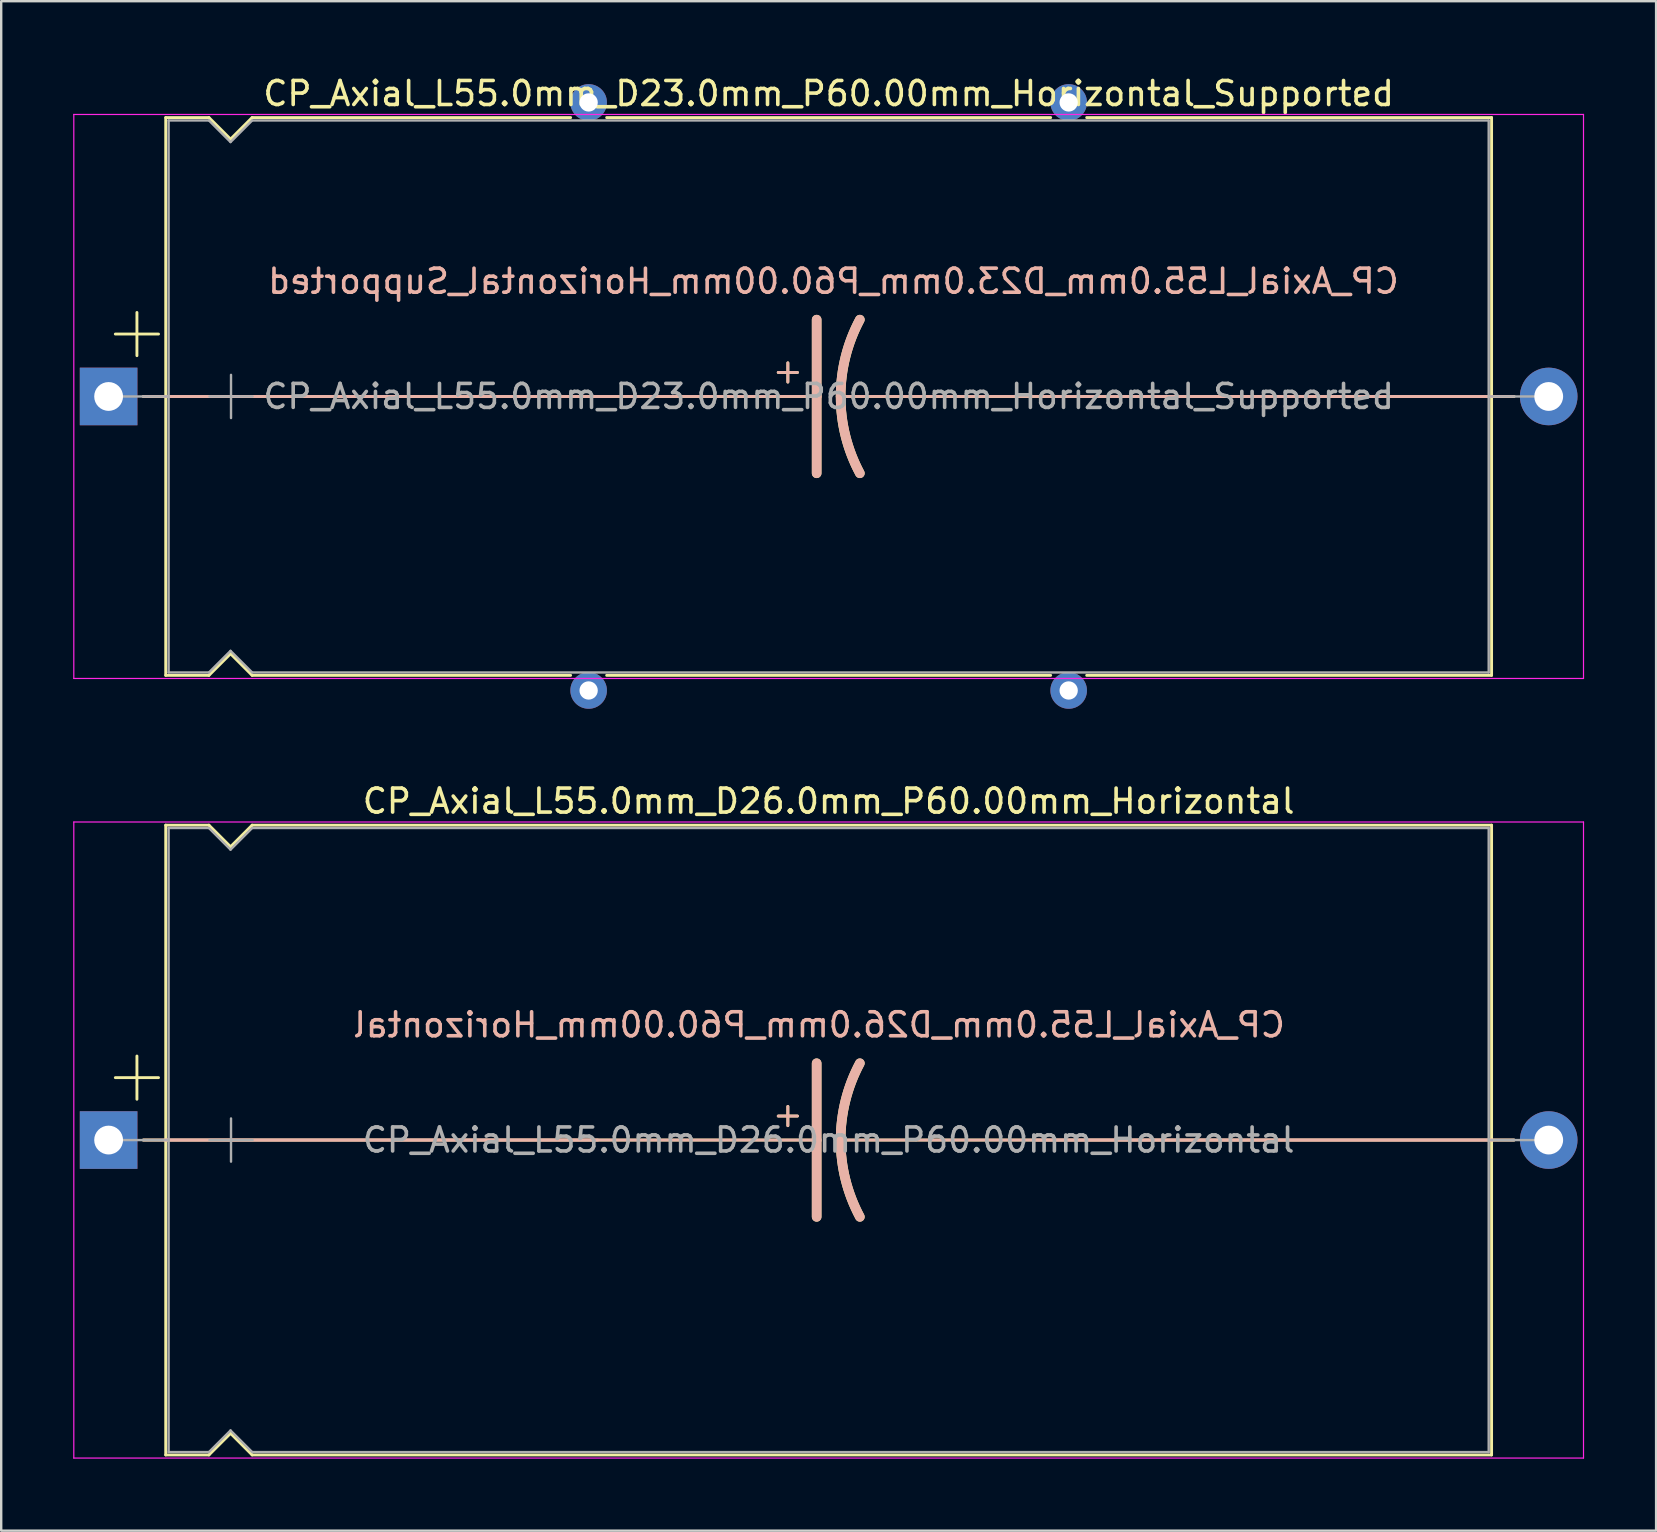
<source format=kicad_pcb>
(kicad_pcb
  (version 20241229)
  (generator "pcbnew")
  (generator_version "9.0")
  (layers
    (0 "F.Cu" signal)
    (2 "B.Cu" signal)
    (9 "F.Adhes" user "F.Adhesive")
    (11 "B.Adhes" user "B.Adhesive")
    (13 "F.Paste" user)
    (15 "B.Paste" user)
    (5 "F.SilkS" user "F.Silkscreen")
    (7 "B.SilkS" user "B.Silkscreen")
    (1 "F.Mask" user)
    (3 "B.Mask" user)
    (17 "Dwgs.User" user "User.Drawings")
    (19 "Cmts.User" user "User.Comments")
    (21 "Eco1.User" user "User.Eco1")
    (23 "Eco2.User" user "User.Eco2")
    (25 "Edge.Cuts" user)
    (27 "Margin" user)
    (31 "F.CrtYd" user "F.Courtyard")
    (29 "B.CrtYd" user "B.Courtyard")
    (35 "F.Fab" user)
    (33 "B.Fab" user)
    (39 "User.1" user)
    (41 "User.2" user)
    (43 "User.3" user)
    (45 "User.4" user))
  (footprint "CP_Axial_L55.0mm_D23.0mm_P60.00mm_Horizontal_Supported"
    (layer "F.Cu")
    (at 1.475 13.468)
    (property "Reference" "CP_Axial_L55.0mm_D23.0mm_P60.00mm_Horizontal_Supported" (at 30 -12.62 0) (layer "F.SilkS") (effects (font (size 1 1) (thickness 0.15))))
    (fp_line (start 0.28 -2.6) (end 2.08 -2.6) (stroke (width 0.12) (type solid)) (layer "F.SilkS"))
    (fp_line (start 1.18 -3.5) (end 1.18 -1.7) (stroke (width 0.12) (type solid)) (layer "F.SilkS"))
    (fp_line (start 1.44 0) (end 2.38 0) (stroke (width 0.12) (type solid)) (layer "F.SilkS"))
    (fp_line (start 2.38 -11.62) (end 2.38 11.62) (stroke (width 0.12) (type solid)) (layer "F.SilkS"))
    (fp_line (start 2.38 -11.62) (end 4.18 -11.62) (stroke (width 0.12) (type solid)) (layer "F.SilkS"))
    (fp_line (start 2.38 0) (end 29.5 0) (stroke (width 0.12) (type solid)) (layer "F.SilkS"))
    (fp_line (start 2.38 11.62) (end 4.18 11.62) (stroke (width 0.12) (type solid)) (layer "F.SilkS"))
    (fp_line (start 4.18 -11.62) (end 5.08 -10.72) (stroke (width 0.12) (type solid)) (layer "F.SilkS"))
    (fp_line (start 4.18 11.62) (end 5.08 10.72) (stroke (width 0.12) (type solid)) (layer "F.SilkS"))
    (fp_line (start 5.08 -10.72) (end 5.98 -11.62) (stroke (width 0.12) (type solid)) (layer "F.SilkS"))
    (fp_line (start 5.08 10.72) (end 5.98 11.62) (stroke (width 0.12) (type solid)) (layer "F.SilkS"))
    (fp_line (start 5.98 -11.62) (end 19.25 -11.62) (stroke (width 0.12) (type solid)) (layer "F.SilkS"))
    (fp_line (start 5.98 11.62) (end 19.25 11.62) (stroke (width 0.12) (type solid)) (layer "F.SilkS"))
    (fp_line (start 20.75 -11.62) (end 39.25 -11.62) (stroke (width 0.12) (type solid)) (layer "F.SilkS"))
    (fp_line (start 20.75 11.62) (end 39.25 11.62) (stroke (width 0.12) (type solid)) (layer "F.SilkS"))
    (fp_line (start 27.9 -1) (end 28.7 -1) (stroke (width 0.12) (type solid)) (layer "F.SilkS"))
    (fp_line (start 28.3 -1.4) (end 28.3 -0.6) (stroke (width 0.12) (type solid)) (layer "F.SilkS"))
    (fp_line (start 29.5 0) (end 29.5 -3.2) (stroke (width 0.4) (type solid)) (layer "F.SilkS"))
    (fp_line (start 29.5 0) (end 29.5 3.2) (stroke (width 0.4) (type solid)) (layer "F.SilkS"))
    (fp_line (start 40.75 -11.62) (end 57.62 -11.62) (stroke (width 0.12) (type solid)) (layer "F.SilkS"))
    (fp_line (start 40.75 11.62) (end 57.62 11.62) (stroke (width 0.12) (type solid)) (layer "F.SilkS"))
    (fp_line (start 57.62 -11.62) (end 57.62 11.62) (stroke (width 0.12) (type solid)) (layer "F.SilkS"))
    (fp_line (start 57.62 0) (end 30.5 0) (stroke (width 0.12) (type solid)) (layer "F.SilkS"))
    (fp_line (start 58.56 0) (end 57.62 0) (stroke (width 0.12) (type solid)) (layer "F.SilkS"))
    (fp_arc (start 30.5 0) (mid 30.703545 -1.649114) (end 31.3 -3.2) (stroke (width 0.4) (type solid)) (layer "F.SilkS"))
    (fp_arc (start 31.3 3.2) (mid 30.700704 1.649824) (end 30.5 0) (stroke (width 0.4) (type solid)) (layer "F.SilkS"))
    (fp_line (start 1.45 0) (end 20.88 0) (stroke (width 0.12) (type solid)) (layer "B.SilkS"))
    (fp_line (start 2.38 0) (end 29.5 0) (stroke (width 0.12) (type solid)) (layer "B.SilkS"))
    (fp_line (start 27.9 -1) (end 28.7 -1) (stroke (width 0.12) (type solid)) (layer "B.SilkS"))
    (fp_line (start 28.3 -0.6) (end 28.3 -1.4) (stroke (width 0.12) (type solid)) (layer "B.SilkS"))
    (fp_line (start 29.5 0) (end 29.5 -3.2) (stroke (width 0.4) (type solid)) (layer "B.SilkS"))
    (fp_line (start 29.5 0) (end 29.5 3.2) (stroke (width 0.4) (type solid)) (layer "B.SilkS"))
    (fp_line (start 57.62 0) (end 30.5 0) (stroke (width 0.12) (type solid)) (layer "B.SilkS"))
    (fp_line (start 58.55 0) (end 39.12 0) (stroke (width 0.12) (type solid)) (layer "B.SilkS"))
    (fp_arc (start 30.5 0) (mid 30.700703 -1.649824) (end 31.3 -3.2) (stroke (width 0.4) (type solid)) (layer "B.SilkS"))
    (fp_arc (start 31.3 3.2) (mid 30.703544 1.649114) (end 30.5 0) (stroke (width 0.4) (type solid)) (layer "B.SilkS"))
    (fp_line (start -1.45 -11.75) (end -1.45 11.75) (stroke (width 0.05) (type solid)) (layer "F.CrtYd"))
    (fp_line (start -1.45 11.75) (end 61.45 11.75) (stroke (width 0.05) (type solid)) (layer "F.CrtYd"))
    (fp_line (start 61.45 -11.75) (end -1.45 -11.75) (stroke (width 0.05) (type solid)) (layer "F.CrtYd"))
    (fp_line (start 61.45 11.75) (end 61.45 -11.75) (stroke (width 0.05) (type solid)) (layer "F.CrtYd"))
    (fp_line (start 0 0) (end 2.5 0) (stroke (width 0.1) (type solid)) (layer "F.Fab"))
    (fp_line (start 2.5 -11.5) (end 2.5 11.5) (stroke (width 0.1) (type solid)) (layer "F.Fab"))
    (fp_line (start 2.5 -11.5) (end 4.18 -11.5) (stroke (width 0.1) (type solid)) (layer "F.Fab"))
    (fp_line (start 2.5 11.5) (end 4.18 11.5) (stroke (width 0.1) (type solid)) (layer "F.Fab"))
    (fp_line (start 4.18 -11.5) (end 5.08 -10.6) (stroke (width 0.1) (type solid)) (layer "F.Fab"))
    (fp_line (start 4.18 11.5) (end 5.08 10.6) (stroke (width 0.1) (type solid)) (layer "F.Fab"))
    (fp_line (start 4.2 0) (end 6 0) (stroke (width 0.1) (type solid)) (layer "F.Fab"))
    (fp_line (start 5.08 -10.6) (end 5.98 -11.5) (stroke (width 0.1) (type solid)) (layer "F.Fab"))
    (fp_line (start 5.08 10.6) (end 5.98 11.5) (stroke (width 0.1) (type solid)) (layer "F.Fab"))
    (fp_line (start 5.1 -0.9) (end 5.1 0.9) (stroke (width 0.1) (type solid)) (layer "F.Fab"))
    (fp_line (start 5.98 -11.5) (end 57.5 -11.5) (stroke (width 0.1) (type solid)) (layer "F.Fab"))
    (fp_line (start 5.98 11.5) (end 57.5 11.5) (stroke (width 0.1) (type solid)) (layer "F.Fab"))
    (fp_line (start 57.5 -11.5) (end 57.5 11.5) (stroke (width 0.1) (type solid)) (layer "F.Fab"))
    (fp_line (start 60 0) (end 57.5 0) (stroke (width 0.1) (type solid)) (layer "F.Fab"))
    (fp_text user "${REFERENCE}" (at 30.2 -4.8 0) (layer "B.SilkS") (effects (font (size 1 1) (thickness 0.15)) (justify mirror)))
    (fp_text user "${REFERENCE}" (at 30 0 0) (layer "F.Fab") (effects (font (size 1 1) (thickness 0.15))))
    (pad "" thru_hole circle (at 20 -12.25) (size 1.524 1.524) (drill 0.762) (layers "*.Cu" "*.Mask"))
    (pad "" thru_hole circle (at 20 12.25) (size 1.524 1.524) (drill 0.762) (layers "*.Cu" "*.Mask"))
    (pad "" thru_hole circle (at 40 -12.25) (size 1.524 1.524) (drill 0.762) (layers "*.Cu" "*.Mask"))
    (pad "" thru_hole circle (at 40 12.25) (size 1.524 1.524) (drill 0.762) (layers "*.Cu" "*.Mask"))
    (pad "1" thru_hole rect (at 0 0) (size 2.4 2.4) (drill 1.2) (layers "*.Cu" "*.Mask"))
    (pad "2" thru_hole oval (at 60 0) (size 2.4 2.4) (drill 1.2) (layers "*.Cu" "*.Mask")))
  (footprint "CP_Axial_L55.0mm_D26.0mm_P60.00mm_Horizontal"
    (layer "F.Cu")
    (at 1.475 44.449)
    (property "Reference" "CP_Axial_L55.0mm_D26.0mm_P60.00mm_Horizontal" (at 30 -14.12 0) (layer "F.SilkS") (effects (font (size 1 1) (thickness 0.15))))
    (fp_line (start 0.28 -2.6) (end 2.08 -2.6) (stroke (width 0.12) (type solid)) (layer "F.SilkS"))
    (fp_line (start 1.18 -3.5) (end 1.18 -1.7) (stroke (width 0.12) (type solid)) (layer "F.SilkS"))
    (fp_line (start 1.44 0) (end 2.38 0) (stroke (width 0.12) (type solid)) (layer "F.SilkS"))
    (fp_line (start 2.38 -13.12) (end 2.38 13.12) (stroke (width 0.12) (type solid)) (layer "F.SilkS"))
    (fp_line (start 2.38 -13.12) (end 4.18 -13.12) (stroke (width 0.12) (type solid)) (layer "F.SilkS"))
    (fp_line (start 2.38 0) (end 29.5 0) (stroke (width 0.12) (type solid)) (layer "F.SilkS"))
    (fp_line (start 2.38 13.12) (end 4.18 13.12) (stroke (width 0.12) (type solid)) (layer "F.SilkS"))
    (fp_line (start 4.18 -13.12) (end 5.08 -12.22) (stroke (width 0.12) (type solid)) (layer "F.SilkS"))
    (fp_line (start 4.18 13.12) (end 5.08 12.22) (stroke (width 0.12) (type solid)) (layer "F.SilkS"))
    (fp_line (start 5.08 -12.22) (end 5.98 -13.12) (stroke (width 0.12) (type solid)) (layer "F.SilkS"))
    (fp_line (start 5.08 12.22) (end 5.98 13.12) (stroke (width 0.12) (type solid)) (layer "F.SilkS"))
    (fp_line (start 5.98 -13.12) (end 57.62 -13.12) (stroke (width 0.12) (type solid)) (layer "F.SilkS"))
    (fp_line (start 5.98 13.12) (end 57.62 13.12) (stroke (width 0.12) (type solid)) (layer "F.SilkS"))
    (fp_line (start 27.9 -1) (end 28.7 -1) (stroke (width 0.12) (type solid)) (layer "F.SilkS"))
    (fp_line (start 28.3 -1.4) (end 28.3 -0.6) (stroke (width 0.12) (type solid)) (layer "F.SilkS"))
    (fp_line (start 29.5 0) (end 29.5 -3.2) (stroke (width 0.4) (type solid)) (layer "F.SilkS"))
    (fp_line (start 29.5 0) (end 29.5 3.2) (stroke (width 0.4) (type solid)) (layer "F.SilkS"))
    (fp_line (start 57.62 -13.12) (end 57.62 13.12) (stroke (width 0.12) (type solid)) (layer "F.SilkS"))
    (fp_line (start 57.62 0) (end 30.5 0) (stroke (width 0.12) (type solid)) (layer "F.SilkS"))
    (fp_line (start 58.56 0) (end 57.62 0) (stroke (width 0.12) (type solid)) (layer "F.SilkS"))
    (fp_arc (start 30.5 0) (mid 30.703545 -1.649114) (end 31.3 -3.2) (stroke (width 0.4) (type solid)) (layer "F.SilkS"))
    (fp_arc (start 31.3 3.2) (mid 30.700704 1.649824) (end 30.5 0) (stroke (width 0.4) (type solid)) (layer "F.SilkS"))
    (fp_line (start 1.45 0) (end 20.38 0) (stroke (width 0.12) (type solid)) (layer "B.SilkS"))
    (fp_line (start 2.38 0) (end 29.5 0) (stroke (width 0.12) (type solid)) (layer "B.SilkS"))
    (fp_line (start 27.9 -1) (end 28.7 -1) (stroke (width 0.12) (type solid)) (layer "B.SilkS"))
    (fp_line (start 28.3 -0.6) (end 28.3 -1.4) (stroke (width 0.12) (type solid)) (layer "B.SilkS"))
    (fp_line (start 29.5 0) (end 29.5 -3.2) (stroke (width 0.4) (type solid)) (layer "B.SilkS"))
    (fp_line (start 29.5 0) (end 29.5 3.2) (stroke (width 0.4) (type solid)) (layer "B.SilkS"))
    (fp_line (start 57.62 0) (end 30.5 0) (stroke (width 0.12) (type solid)) (layer "B.SilkS"))
    (fp_line (start 58.55 0) (end 38.62 0) (stroke (width 0.12) (type solid)) (layer "B.SilkS"))
    (fp_arc (start 30.5 0) (mid 30.700703 -1.649824) (end 31.3 -3.2) (stroke (width 0.4) (type solid)) (layer "B.SilkS"))
    (fp_arc (start 31.3 3.2) (mid 30.703544 1.649114) (end 30.5 0) (stroke (width 0.4) (type solid)) (layer "B.SilkS"))
    (fp_line (start -1.45 -13.25) (end -1.45 13.25) (stroke (width 0.05) (type solid)) (layer "F.CrtYd"))
    (fp_line (start -1.45 13.25) (end 61.45 13.25) (stroke (width 0.05) (type solid)) (layer "F.CrtYd"))
    (fp_line (start 61.45 -13.25) (end -1.45 -13.25) (stroke (width 0.05) (type solid)) (layer "F.CrtYd"))
    (fp_line (start 61.45 13.25) (end 61.45 -13.25) (stroke (width 0.05) (type solid)) (layer "F.CrtYd"))
    (fp_line (start 0 0) (end 2.5 0) (stroke (width 0.1) (type solid)) (layer "F.Fab"))
    (fp_line (start 2.5 -13) (end 2.5 13) (stroke (width 0.1) (type solid)) (layer "F.Fab"))
    (fp_line (start 2.5 -13) (end 4.18 -13) (stroke (width 0.1) (type solid)) (layer "F.Fab"))
    (fp_line (start 2.5 13) (end 4.18 13) (stroke (width 0.1) (type solid)) (layer "F.Fab"))
    (fp_line (start 4.18 -13) (end 5.08 -12.1) (stroke (width 0.1) (type solid)) (layer "F.Fab"))
    (fp_line (start 4.18 13) (end 5.08 12.1) (stroke (width 0.1) (type solid)) (layer "F.Fab"))
    (fp_line (start 4.2 0) (end 6 0) (stroke (width 0.1) (type solid)) (layer "F.Fab"))
    (fp_line (start 5.08 -12.1) (end 5.98 -13) (stroke (width 0.1) (type solid)) (layer "F.Fab"))
    (fp_line (start 5.08 12.1) (end 5.98 13) (stroke (width 0.1) (type solid)) (layer "F.Fab"))
    (fp_line (start 5.1 -0.9) (end 5.1 0.9) (stroke (width 0.1) (type solid)) (layer "F.Fab"))
    (fp_line (start 5.98 -13) (end 57.5 -13) (stroke (width 0.1) (type solid)) (layer "F.Fab"))
    (fp_line (start 5.98 13) (end 57.5 13) (stroke (width 0.1) (type solid)) (layer "F.Fab"))
    (fp_line (start 57.5 -13) (end 57.5 13) (stroke (width 0.1) (type solid)) (layer "F.Fab"))
    (fp_line (start 60 0) (end 57.5 0) (stroke (width 0.1) (type solid)) (layer "F.Fab"))
    (fp_text user "${REFERENCE}" (at 29.6 -4.8 0) (layer "B.SilkS") (effects (font (size 1 1) (thickness 0.15)) (justify mirror)))
    (fp_text user "${REFERENCE}" (at 30 0 0) (layer "F.Fab") (effects (font (size 1 1) (thickness 0.15))))
    (pad "1" thru_hole rect (at 0 0) (size 2.4 2.4) (drill 1.2) (layers "*.Cu" "*.Mask"))
    (pad "2" thru_hole oval (at 60 0) (size 2.4 2.4) (drill 1.2) (layers "*.Cu" "*.Mask")))
  (gr_rect
    (start -3 -3)
    (end 65.95 60.724)
    (stroke (width 0.1) (type default))
    (fill no)
    (layer "Edge.Cuts")))
</source>
